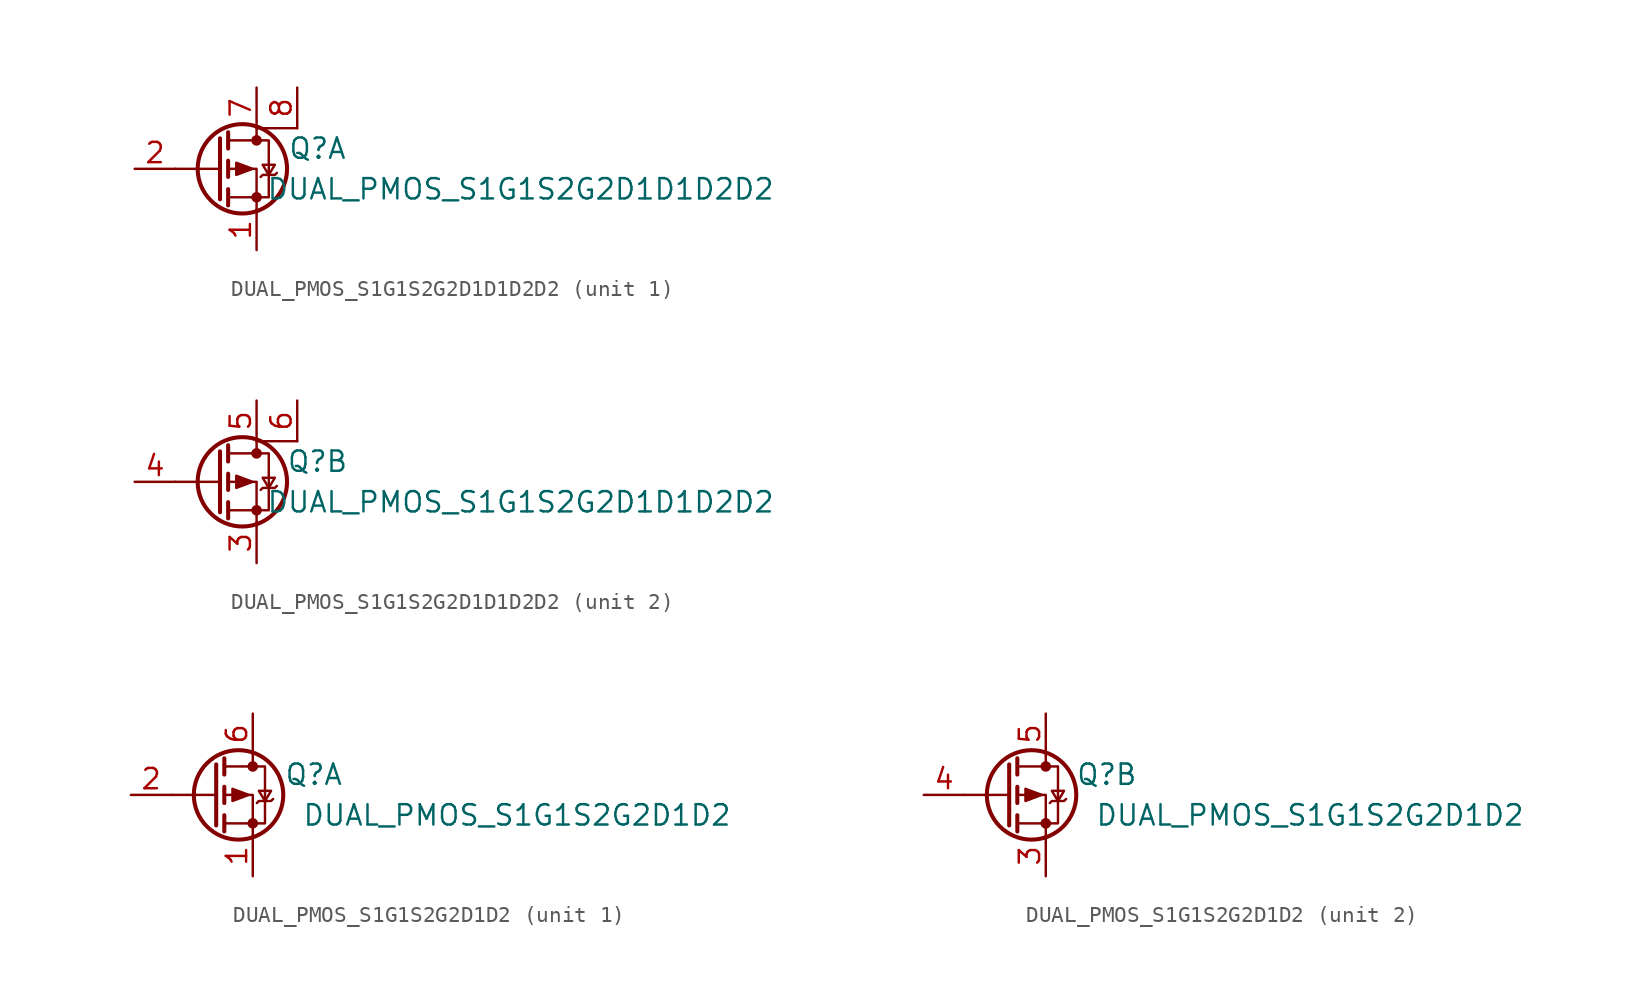
<source format=kicad_sym>
(kicad_symbol_lib
  (version 20211014)
  (generator kicad_symbol_editor)
  (symbol "DUAL_PMOS_S1G1S2G2D1D1D2D2"
    (pin_names
      (offset 0) hide)
    (property "Reference" "Q"
      (at 6.35 1.27 0)
      (effects (font (size 1.27 1.27))))
    (property "Value" "DUAL_PMOS_S1G1S2G2D1D1D2D2"
      (at 19.05 -1.27 0)
      (effects (font (size 1.27 1.27))))
    (symbol "DUAL_PMOS_S1G1S2G2D1D1D2D2_0_1"
      (polyline (pts (xy 0.254 0) (xy -2.54 0)) (stroke (width 0) (type default) (color 0 0 0 0)) (fill (type none)))
      (polyline (pts (xy 0.254 1.905) (xy 0.254 -1.905)) (stroke (width 0.254) (type default) (color 0 0 0 0)) (fill (type none)))
      (polyline (pts (xy 0.762 -1.27) (xy 0.762 -2.286)) (stroke (width 0.254) (type default) (color 0 0 0 0)) (fill (type none)))
      (polyline (pts (xy 0.762 0.508) (xy 0.762 -0.508)) (stroke (width 0.254) (type default) (color 0 0 0 0)) (fill (type none)))
      (polyline (pts (xy 0.762 2.286) (xy 0.762 1.27)) (stroke (width 0.254) (type default) (color 0 0 0 0)) (fill (type none)))
      (polyline (pts (xy 2.54 2.54) (xy 2.54 1.778)) (stroke (width 0) (type default) (color 0 0 0 0)) (fill (type none)))
      (polyline (pts (xy 5.08 2.54) (xy 2.54 2.54)) (stroke (width 0) (type default) (color 0 0 0 0)) (fill (type none)))
      (polyline (pts (xy 2.54 -2.54) (xy 2.54 0) (xy 0.762 0)) (stroke (width 0) (type default) (color 0 0 0 0)) (fill (type none)))
      (polyline (pts (xy 0.762 1.778) (xy 3.302 1.778) (xy 3.302 -1.778) (xy 0.762 -1.778)) (stroke (width 0) (type default) (color 0 0 0 0)) (fill (type none)))
      (polyline (pts (xy 2.286 0) (xy 1.27 0.381) (xy 1.27 -0.381) (xy 2.286 0)) (stroke (width 0) (type default) (color 0 0 0 0)) (fill (type outline)))
      (polyline (pts (xy 2.794 -0.508) (xy 2.921 -0.381) (xy 3.683 -0.381) (xy 3.81 -0.254)) (stroke (width 0) (type default) (color 0 0 0 0)) (fill (type none)))
      (polyline (pts (xy 3.302 -0.381) (xy 2.921 0.254) (xy 3.683 0.254) (xy 3.302 -0.381)) (stroke (width 0) (type default) (color 0 0 0 0)) (fill (type none)))
      (circle (center 1.651 0) (radius 2.794) (stroke (width 0.254) (type default) (color 0 0 0 0)) (fill (type none)))
      (circle (center 2.54 -1.778) (radius 0.254) (stroke (width 0) (type default) (color 0 0 0 0)) (fill (type outline)))
      (circle (center 2.54 1.778) (radius 0.254) (stroke (width 0) (type default) (color 0 0 0 0)) (fill (type outline))))
    (symbol "DUAL_PMOS_S1G1S2G2D1D1D2D2_1_1"
      (pin passive line (at 2.54 -5.08 90) (length 2.54) (name "S" (effects (font (size 1.27 1.27)))) (number "1" (effects (font (size 1.27 1.27)))))
      (pin input line (at -5.08 0 0) (length 2.54) (name "G" (effects (font (size 1.27 1.27)))) (number "2" (effects (font (size 1.27 1.27)))))
      (pin passive line (at 2.54 5.08 270) (length 2.54) (name "D" (effects (font (size 1.27 1.27)))) (number "7" (effects (font (size 1.27 1.27)))))
      (pin passive line (at 5.08 5.08 270) (length 2.54) (name "D" (effects (font (size 1.27 1.27)))) (number "8" (effects (font (size 1.27 1.27))))))
    (symbol "DUAL_PMOS_S1G1S2G2D1D1D2D2_2_1"
      (pin passive line (at 2.54 -5.08 90) (length 2.54) (name "S" (effects (font (size 1.27 1.27)))) (number "3" (effects (font (size 1.27 1.27)))))
      (pin input line (at -5.08 0 0) (length 2.54) (name "G" (effects (font (size 1.27 1.27)))) (number "4" (effects (font (size 1.27 1.27)))))
      (pin passive line (at 2.54 5.08 270) (length 2.54) (name "D" (effects (font (size 1.27 1.27)))) (number "5" (effects (font (size 1.27 1.27)))))
      (pin passive line (at 5.08 5.08 270) (length 2.54) (name "D" (effects (font (size 1.27 1.27)))) (number "6" (effects (font (size 1.27 1.27)))))))
  (symbol "DUAL_PMOS_S1G1S2G2D1D2"
    (pin_names
      (offset 0) hide)
    (property "Reference" "Q"
      (at 6.35 1.27 0)
      (effects (font (size 1.27 1.27))))
    (property "Value" "DUAL_PMOS_S1G1S2G2D1D2"
      (at 19.05 -1.27 0)
      (effects (font (size 1.27 1.27))))
    (symbol "DUAL_PMOS_S1G1S2G2D1D2_0_1"
      (polyline (pts (xy 0.254 0) (xy -2.54 0)) (stroke (width 0) (type default) (color 0 0 0 0)) (fill (type none)))
      (polyline (pts (xy 0.254 1.905) (xy 0.254 -1.905)) (stroke (width 0.254) (type default) (color 0 0 0 0)) (fill (type none)))
      (polyline (pts (xy 0.762 -1.27) (xy 0.762 -2.286)) (stroke (width 0.254) (type default) (color 0 0 0 0)) (fill (type none)))
      (polyline (pts (xy 0.762 0.508) (xy 0.762 -0.508)) (stroke (width 0.254) (type default) (color 0 0 0 0)) (fill (type none)))
      (polyline (pts (xy 0.762 2.286) (xy 0.762 1.27)) (stroke (width 0.254) (type default) (color 0 0 0 0)) (fill (type none)))
      (polyline (pts (xy 2.54 2.54) (xy 2.54 1.778)) (stroke (width 0) (type default) (color 0 0 0 0)) (fill (type none)))
      (polyline (pts (xy 2.54 -2.54) (xy 2.54 0) (xy 0.762 0)) (stroke (width 0) (type default) (color 0 0 0 0)) (fill (type none)))
      (polyline (pts (xy 0.762 1.778) (xy 3.302 1.778) (xy 3.302 -1.778) (xy 0.762 -1.778)) (stroke (width 0) (type default) (color 0 0 0 0)) (fill (type none)))
      (polyline (pts (xy 2.286 0) (xy 1.27 0.381) (xy 1.27 -0.381) (xy 2.286 0)) (stroke (width 0) (type default) (color 0 0 0 0)) (fill (type outline)))
      (polyline (pts (xy 2.794 -0.508) (xy 2.921 -0.381) (xy 3.683 -0.381) (xy 3.81 -0.254)) (stroke (width 0) (type default) (color 0 0 0 0)) (fill (type none)))
      (polyline (pts (xy 3.302 -0.381) (xy 2.921 0.254) (xy 3.683 0.254) (xy 3.302 -0.381)) (stroke (width 0) (type default) (color 0 0 0 0)) (fill (type none)))
      (circle (center 1.651 0) (radius 2.794) (stroke (width 0.254) (type default) (color 0 0 0 0)) (fill (type none)))
      (circle (center 2.54 -1.778) (radius 0.254) (stroke (width 0) (type default) (color 0 0 0 0)) (fill (type outline)))
      (circle (center 2.54 1.778) (radius 0.254) (stroke (width 0) (type default) (color 0 0 0 0)) (fill (type outline))))
    (symbol "DUAL_PMOS_S1G1S2G2D1D2_1_1"
      (pin passive line (at 2.54 -5.08 90) (length 2.54) (name "S" (effects (font (size 1.27 1.27)))) (number "1" (effects (font (size 1.27 1.27)))))
      (pin input line (at -5.08 0 0) (length 2.54) (name "G" (effects (font (size 1.27 1.27)))) (number "2" (effects (font (size 1.27 1.27)))))
      (pin passive line (at 2.54 5.08 270) (length 2.54) (name "D" (effects (font (size 1.27 1.27)))) (number "6" (effects (font (size 1.27 1.27))))))
    (symbol "DUAL_PMOS_S1G1S2G2D1D2_2_1"
      (pin passive line (at 2.54 -5.08 90) (length 2.54) (name "S" (effects (font (size 1.27 1.27)))) (number "3" (effects (font (size 1.27 1.27)))))
      (pin input line (at -5.08 0 0) (length 2.54) (name "G" (effects (font (size 1.27 1.27)))) (number "4" (effects (font (size 1.27 1.27)))))
      (pin passive line (at 2.54 5.08 270) (length 2.54) (name "D" (effects (font (size 1.27 1.27)))) (number "5" (effects (font (size 1.27 1.27))))))))
</source>
